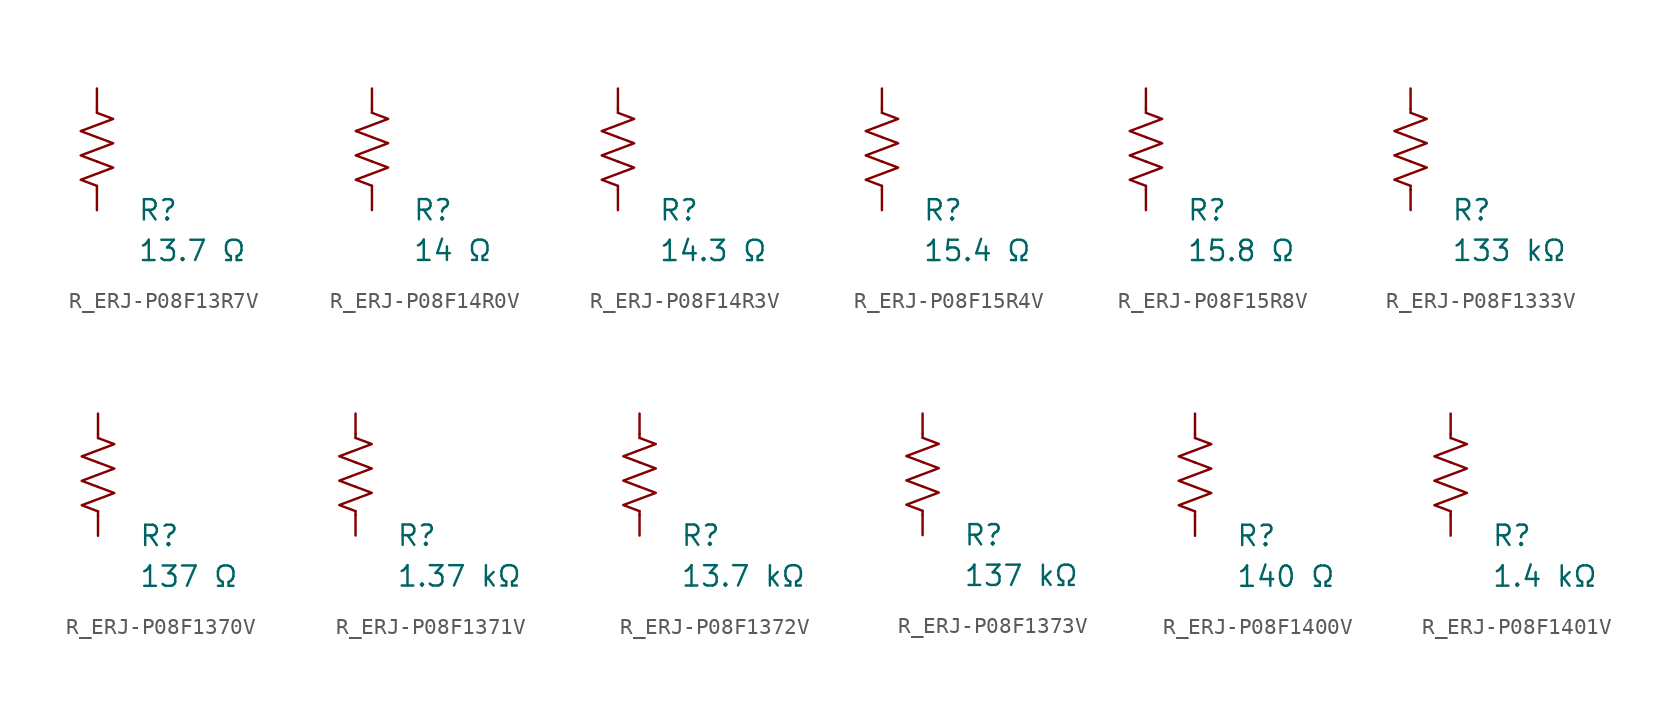
<source format=kicad_sym>
(kicad_symbol_lib
  (version 20231120)
  (generator "kicad_symbol_editor")
  (generator_version "8.0")
  (symbol "R_ERJ-P08F13R7V"
    (pin_numbers hide)
    (pin_names
      (offset 0))
    (property "Reference" "R"
      (at 2.54 -3.81 0)
      (effects (font (size 1.27 1.27)) (justify left))
      (show_name no))
    (property "Value" "13.7 Ω"
      (at 2.54 -6.35 0)
      (effects (font (size 1.27 1.27)) (justify left))
      (show_name no))
    (symbol "R_ERJ-P08F13R7V_0_1"
      (polyline (pts (xy 0 -2.286) (xy 0 -2.54)) (stroke (width 0) (type default)) (fill (type none)))
      (polyline (pts (xy 0 2.286) (xy 0 2.54)) (stroke (width 0) (type default)) (fill (type none)))
      (polyline (pts (xy 0 -0.762) (xy 1.016 -1.143) (xy 0 -1.524) (xy -1.016 -1.905) (xy 0 -2.286)) (stroke (width 0) (type default)) (fill (type none)))
      (polyline (pts (xy 0 0.762) (xy 1.016 0.381) (xy 0 0) (xy -1.016 -0.381) (xy 0 -0.762)) (stroke (width 0) (type default)) (fill (type none)))
      (polyline (pts (xy 0 2.286) (xy 1.016 1.905) (xy 0 1.524) (xy -1.016 1.143) (xy 0 0.762)) (stroke (width 0) (type default)) (fill (type none))))
    (symbol "R_ERJ-P08F13R7V_1_1"
      (pin passive line (at 0 3.81 270) (length 1.27) (name "~" (effects (font (size 1.27 1.27)))) (number "1" (effects (font (size 1.27 1.27)))))
      (pin passive line (at 0 -3.81 90) (length 1.27) (name "~" (effects (font (size 1.27 1.27)))) (number "2" (effects (font (size 1.27 1.27)))))))
  (symbol "R_ERJ-P08F14R0V"
    (pin_numbers hide)
    (pin_names
      (offset 0))
    (property "Reference" "R"
      (at 2.54 -3.81 0)
      (effects (font (size 1.27 1.27)) (justify left))
      (show_name no))
    (property "Value" "14 Ω"
      (at 2.54 -6.35 0)
      (effects (font (size 1.27 1.27)) (justify left))
      (show_name no))
    (symbol "R_ERJ-P08F14R0V_0_1"
      (polyline (pts (xy 0 -2.286) (xy 0 -2.54)) (stroke (width 0) (type default)) (fill (type none)))
      (polyline (pts (xy 0 2.286) (xy 0 2.54)) (stroke (width 0) (type default)) (fill (type none)))
      (polyline (pts (xy 0 -0.762) (xy 1.016 -1.143) (xy 0 -1.524) (xy -1.016 -1.905) (xy 0 -2.286)) (stroke (width 0) (type default)) (fill (type none)))
      (polyline (pts (xy 0 0.762) (xy 1.016 0.381) (xy 0 0) (xy -1.016 -0.381) (xy 0 -0.762)) (stroke (width 0) (type default)) (fill (type none)))
      (polyline (pts (xy 0 2.286) (xy 1.016 1.905) (xy 0 1.524) (xy -1.016 1.143) (xy 0 0.762)) (stroke (width 0) (type default)) (fill (type none))))
    (symbol "R_ERJ-P08F14R0V_1_1"
      (pin passive line (at 0 3.81 270) (length 1.27) (name "~" (effects (font (size 1.27 1.27)))) (number "1" (effects (font (size 1.27 1.27)))))
      (pin passive line (at 0 -3.81 90) (length 1.27) (name "~" (effects (font (size 1.27 1.27)))) (number "2" (effects (font (size 1.27 1.27)))))))
  (symbol "R_ERJ-P08F14R3V"
    (pin_numbers hide)
    (pin_names
      (offset 0))
    (property "Reference" "R"
      (at 2.54 -3.81 0)
      (effects (font (size 1.27 1.27)) (justify left))
      (show_name no))
    (property "Value" "14.3 Ω"
      (at 2.54 -6.35 0)
      (effects (font (size 1.27 1.27)) (justify left))
      (show_name no))
    (symbol "R_ERJ-P08F14R3V_0_1"
      (polyline (pts (xy 0 -2.286) (xy 0 -2.54)) (stroke (width 0) (type default)) (fill (type none)))
      (polyline (pts (xy 0 2.286) (xy 0 2.54)) (stroke (width 0) (type default)) (fill (type none)))
      (polyline (pts (xy 0 -0.762) (xy 1.016 -1.143) (xy 0 -1.524) (xy -1.016 -1.905) (xy 0 -2.286)) (stroke (width 0) (type default)) (fill (type none)))
      (polyline (pts (xy 0 0.762) (xy 1.016 0.381) (xy 0 0) (xy -1.016 -0.381) (xy 0 -0.762)) (stroke (width 0) (type default)) (fill (type none)))
      (polyline (pts (xy 0 2.286) (xy 1.016 1.905) (xy 0 1.524) (xy -1.016 1.143) (xy 0 0.762)) (stroke (width 0) (type default)) (fill (type none))))
    (symbol "R_ERJ-P08F14R3V_1_1"
      (pin passive line (at 0 3.81 270) (length 1.27) (name "~" (effects (font (size 1.27 1.27)))) (number "1" (effects (font (size 1.27 1.27)))))
      (pin passive line (at 0 -3.81 90) (length 1.27) (name "~" (effects (font (size 1.27 1.27)))) (number "2" (effects (font (size 1.27 1.27)))))))
  (symbol "R_ERJ-P08F15R4V"
    (pin_numbers hide)
    (pin_names
      (offset 0))
    (property "Reference" "R"
      (at 2.54 -3.81 0)
      (effects (font (size 1.27 1.27)) (justify left))
      (show_name no))
    (property "Value" "15.4 Ω"
      (at 2.54 -6.35 0)
      (effects (font (size 1.27 1.27)) (justify left))
      (show_name no))
    (symbol "R_ERJ-P08F15R4V_0_1"
      (polyline (pts (xy 0 -2.286) (xy 0 -2.54)) (stroke (width 0) (type default)) (fill (type none)))
      (polyline (pts (xy 0 2.286) (xy 0 2.54)) (stroke (width 0) (type default)) (fill (type none)))
      (polyline (pts (xy 0 -0.762) (xy 1.016 -1.143) (xy 0 -1.524) (xy -1.016 -1.905) (xy 0 -2.286)) (stroke (width 0) (type default)) (fill (type none)))
      (polyline (pts (xy 0 0.762) (xy 1.016 0.381) (xy 0 0) (xy -1.016 -0.381) (xy 0 -0.762)) (stroke (width 0) (type default)) (fill (type none)))
      (polyline (pts (xy 0 2.286) (xy 1.016 1.905) (xy 0 1.524) (xy -1.016 1.143) (xy 0 0.762)) (stroke (width 0) (type default)) (fill (type none))))
    (symbol "R_ERJ-P08F15R4V_1_1"
      (pin passive line (at 0 3.81 270) (length 1.27) (name "~" (effects (font (size 1.27 1.27)))) (number "1" (effects (font (size 1.27 1.27)))))
      (pin passive line (at 0 -3.81 90) (length 1.27) (name "~" (effects (font (size 1.27 1.27)))) (number "2" (effects (font (size 1.27 1.27)))))))
  (symbol "R_ERJ-P08F15R8V"
    (pin_numbers hide)
    (pin_names
      (offset 0))
    (property "Reference" "R"
      (at 2.54 -3.81 0)
      (effects (font (size 1.27 1.27)) (justify left))
      (show_name no))
    (property "Value" "15.8 Ω"
      (at 2.54 -6.35 0)
      (effects (font (size 1.27 1.27)) (justify left))
      (show_name no))
    (symbol "R_ERJ-P08F15R8V_0_1"
      (polyline (pts (xy 0 -2.286) (xy 0 -2.54)) (stroke (width 0) (type default)) (fill (type none)))
      (polyline (pts (xy 0 2.286) (xy 0 2.54)) (stroke (width 0) (type default)) (fill (type none)))
      (polyline (pts (xy 0 -0.762) (xy 1.016 -1.143) (xy 0 -1.524) (xy -1.016 -1.905) (xy 0 -2.286)) (stroke (width 0) (type default)) (fill (type none)))
      (polyline (pts (xy 0 0.762) (xy 1.016 0.381) (xy 0 0) (xy -1.016 -0.381) (xy 0 -0.762)) (stroke (width 0) (type default)) (fill (type none)))
      (polyline (pts (xy 0 2.286) (xy 1.016 1.905) (xy 0 1.524) (xy -1.016 1.143) (xy 0 0.762)) (stroke (width 0) (type default)) (fill (type none))))
    (symbol "R_ERJ-P08F15R8V_1_1"
      (pin passive line (at 0 3.81 270) (length 1.27) (name "~" (effects (font (size 1.27 1.27)))) (number "1" (effects (font (size 1.27 1.27)))))
      (pin passive line (at 0 -3.81 90) (length 1.27) (name "~" (effects (font (size 1.27 1.27)))) (number "2" (effects (font (size 1.27 1.27)))))))
  (symbol "R_ERJ-P08F1333V"
    (pin_numbers hide)
    (pin_names
      (offset 0))
    (property "Reference" "R"
      (at 2.54 -3.81 0)
      (effects (font (size 1.27 1.27)) (justify left))
      (show_name no))
    (property "Value" "133 kΩ"
      (at 2.54 -6.35 0)
      (effects (font (size 1.27 1.27)) (justify left))
      (show_name no))
    (symbol "R_ERJ-P08F1333V_0_1"
      (polyline (pts (xy 0 -2.286) (xy 0 -2.54)) (stroke (width 0) (type default)) (fill (type none)))
      (polyline (pts (xy 0 2.286) (xy 0 2.54)) (stroke (width 0) (type default)) (fill (type none)))
      (polyline (pts (xy 0 -0.762) (xy 1.016 -1.143) (xy 0 -1.524) (xy -1.016 -1.905) (xy 0 -2.286)) (stroke (width 0) (type default)) (fill (type none)))
      (polyline (pts (xy 0 0.762) (xy 1.016 0.381) (xy 0 0) (xy -1.016 -0.381) (xy 0 -0.762)) (stroke (width 0) (type default)) (fill (type none)))
      (polyline (pts (xy 0 2.286) (xy 1.016 1.905) (xy 0 1.524) (xy -1.016 1.143) (xy 0 0.762)) (stroke (width 0) (type default)) (fill (type none))))
    (symbol "R_ERJ-P08F1333V_1_1"
      (pin passive line (at 0 3.81 270) (length 1.27) (name "~" (effects (font (size 1.27 1.27)))) (number "1" (effects (font (size 1.27 1.27)))))
      (pin passive line (at 0 -3.81 90) (length 1.27) (name "~" (effects (font (size 1.27 1.27)))) (number "2" (effects (font (size 1.27 1.27)))))))
  (symbol "R_ERJ-P08F1370V"
    (pin_numbers hide)
    (pin_names
      (offset 0))
    (property "Reference" "R"
      (at 2.54 -3.81 0)
      (effects (font (size 1.27 1.27)) (justify left))
      (show_name no))
    (property "Value" "137 Ω"
      (at 2.54 -6.35 0)
      (effects (font (size 1.27 1.27)) (justify left))
      (show_name no))
    (symbol "R_ERJ-P08F1370V_0_1"
      (polyline (pts (xy 0 -2.286) (xy 0 -2.54)) (stroke (width 0) (type default)) (fill (type none)))
      (polyline (pts (xy 0 2.286) (xy 0 2.54)) (stroke (width 0) (type default)) (fill (type none)))
      (polyline (pts (xy 0 -0.762) (xy 1.016 -1.143) (xy 0 -1.524) (xy -1.016 -1.905) (xy 0 -2.286)) (stroke (width 0) (type default)) (fill (type none)))
      (polyline (pts (xy 0 0.762) (xy 1.016 0.381) (xy 0 0) (xy -1.016 -0.381) (xy 0 -0.762)) (stroke (width 0) (type default)) (fill (type none)))
      (polyline (pts (xy 0 2.286) (xy 1.016 1.905) (xy 0 1.524) (xy -1.016 1.143) (xy 0 0.762)) (stroke (width 0) (type default)) (fill (type none))))
    (symbol "R_ERJ-P08F1370V_1_1"
      (pin passive line (at 0 3.81 270) (length 1.27) (name "~" (effects (font (size 1.27 1.27)))) (number "1" (effects (font (size 1.27 1.27)))))
      (pin passive line (at 0 -3.81 90) (length 1.27) (name "~" (effects (font (size 1.27 1.27)))) (number "2" (effects (font (size 1.27 1.27)))))))
  (symbol "R_ERJ-P08F1371V"
    (pin_numbers hide)
    (pin_names
      (offset 0))
    (property "Reference" "R"
      (at 2.54 -3.81 0)
      (effects (font (size 1.27 1.27)) (justify left))
      (show_name no))
    (property "Value" "1.37 kΩ"
      (at 2.54 -6.35 0)
      (effects (font (size 1.27 1.27)) (justify left))
      (show_name no))
    (symbol "R_ERJ-P08F1371V_0_1"
      (polyline (pts (xy 0 -2.286) (xy 0 -2.54)) (stroke (width 0) (type default)) (fill (type none)))
      (polyline (pts (xy 0 2.286) (xy 0 2.54)) (stroke (width 0) (type default)) (fill (type none)))
      (polyline (pts (xy 0 -0.762) (xy 1.016 -1.143) (xy 0 -1.524) (xy -1.016 -1.905) (xy 0 -2.286)) (stroke (width 0) (type default)) (fill (type none)))
      (polyline (pts (xy 0 0.762) (xy 1.016 0.381) (xy 0 0) (xy -1.016 -0.381) (xy 0 -0.762)) (stroke (width 0) (type default)) (fill (type none)))
      (polyline (pts (xy 0 2.286) (xy 1.016 1.905) (xy 0 1.524) (xy -1.016 1.143) (xy 0 0.762)) (stroke (width 0) (type default)) (fill (type none))))
    (symbol "R_ERJ-P08F1371V_1_1"
      (pin passive line (at 0 3.81 270) (length 1.27) (name "~" (effects (font (size 1.27 1.27)))) (number "1" (effects (font (size 1.27 1.27)))))
      (pin passive line (at 0 -3.81 90) (length 1.27) (name "~" (effects (font (size 1.27 1.27)))) (number "2" (effects (font (size 1.27 1.27)))))))
  (symbol "R_ERJ-P08F1372V"
    (pin_numbers hide)
    (pin_names
      (offset 0))
    (property "Reference" "R"
      (at 2.54 -3.81 0)
      (effects (font (size 1.27 1.27)) (justify left))
      (show_name no))
    (property "Value" "13.7 kΩ"
      (at 2.54 -6.35 0)
      (effects (font (size 1.27 1.27)) (justify left))
      (show_name no))
    (symbol "R_ERJ-P08F1372V_0_1"
      (polyline (pts (xy 0 -2.286) (xy 0 -2.54)) (stroke (width 0) (type default)) (fill (type none)))
      (polyline (pts (xy 0 2.286) (xy 0 2.54)) (stroke (width 0) (type default)) (fill (type none)))
      (polyline (pts (xy 0 -0.762) (xy 1.016 -1.143) (xy 0 -1.524) (xy -1.016 -1.905) (xy 0 -2.286)) (stroke (width 0) (type default)) (fill (type none)))
      (polyline (pts (xy 0 0.762) (xy 1.016 0.381) (xy 0 0) (xy -1.016 -0.381) (xy 0 -0.762)) (stroke (width 0) (type default)) (fill (type none)))
      (polyline (pts (xy 0 2.286) (xy 1.016 1.905) (xy 0 1.524) (xy -1.016 1.143) (xy 0 0.762)) (stroke (width 0) (type default)) (fill (type none))))
    (symbol "R_ERJ-P08F1372V_1_1"
      (pin passive line (at 0 3.81 270) (length 1.27) (name "~" (effects (font (size 1.27 1.27)))) (number "1" (effects (font (size 1.27 1.27)))))
      (pin passive line (at 0 -3.81 90) (length 1.27) (name "~" (effects (font (size 1.27 1.27)))) (number "2" (effects (font (size 1.27 1.27)))))))
  (symbol "R_ERJ-P08F1373V"
    (pin_numbers hide)
    (pin_names
      (offset 0))
    (property "Reference" "R"
      (at 2.54 -3.81 0)
      (effects (font (size 1.27 1.27)) (justify left))
      (show_name no))
    (property "Value" "137 kΩ"
      (at 2.54 -6.35 0)
      (effects (font (size 1.27 1.27)) (justify left))
      (show_name no))
    (symbol "R_ERJ-P08F1373V_0_1"
      (polyline (pts (xy 0 -2.286) (xy 0 -2.54)) (stroke (width 0) (type default)) (fill (type none)))
      (polyline (pts (xy 0 2.286) (xy 0 2.54)) (stroke (width 0) (type default)) (fill (type none)))
      (polyline (pts (xy 0 -0.762) (xy 1.016 -1.143) (xy 0 -1.524) (xy -1.016 -1.905) (xy 0 -2.286)) (stroke (width 0) (type default)) (fill (type none)))
      (polyline (pts (xy 0 0.762) (xy 1.016 0.381) (xy 0 0) (xy -1.016 -0.381) (xy 0 -0.762)) (stroke (width 0) (type default)) (fill (type none)))
      (polyline (pts (xy 0 2.286) (xy 1.016 1.905) (xy 0 1.524) (xy -1.016 1.143) (xy 0 0.762)) (stroke (width 0) (type default)) (fill (type none))))
    (symbol "R_ERJ-P08F1373V_1_1"
      (pin passive line (at 0 3.81 270) (length 1.27) (name "~" (effects (font (size 1.27 1.27)))) (number "1" (effects (font (size 1.27 1.27)))))
      (pin passive line (at 0 -3.81 90) (length 1.27) (name "~" (effects (font (size 1.27 1.27)))) (number "2" (effects (font (size 1.27 1.27)))))))
  (symbol "R_ERJ-P08F1400V"
    (pin_numbers hide)
    (pin_names
      (offset 0))
    (property "Reference" "R"
      (at 2.54 -3.81 0)
      (effects (font (size 1.27 1.27)) (justify left))
      (show_name no))
    (property "Value" "140 Ω"
      (at 2.54 -6.35 0)
      (effects (font (size 1.27 1.27)) (justify left))
      (show_name no))
    (symbol "R_ERJ-P08F1400V_0_1"
      (polyline (pts (xy 0 -2.286) (xy 0 -2.54)) (stroke (width 0) (type default)) (fill (type none)))
      (polyline (pts (xy 0 2.286) (xy 0 2.54)) (stroke (width 0) (type default)) (fill (type none)))
      (polyline (pts (xy 0 -0.762) (xy 1.016 -1.143) (xy 0 -1.524) (xy -1.016 -1.905) (xy 0 -2.286)) (stroke (width 0) (type default)) (fill (type none)))
      (polyline (pts (xy 0 0.762) (xy 1.016 0.381) (xy 0 0) (xy -1.016 -0.381) (xy 0 -0.762)) (stroke (width 0) (type default)) (fill (type none)))
      (polyline (pts (xy 0 2.286) (xy 1.016 1.905) (xy 0 1.524) (xy -1.016 1.143) (xy 0 0.762)) (stroke (width 0) (type default)) (fill (type none))))
    (symbol "R_ERJ-P08F1400V_1_1"
      (pin passive line (at 0 3.81 270) (length 1.27) (name "~" (effects (font (size 1.27 1.27)))) (number "1" (effects (font (size 1.27 1.27)))))
      (pin passive line (at 0 -3.81 90) (length 1.27) (name "~" (effects (font (size 1.27 1.27)))) (number "2" (effects (font (size 1.27 1.27)))))))
  (symbol "R_ERJ-P08F1401V"
    (pin_numbers hide)
    (pin_names
      (offset 0))
    (property "Reference" "R"
      (at 2.54 -3.81 0)
      (effects (font (size 1.27 1.27)) (justify left))
      (show_name no))
    (property "Value" "1.4 kΩ"
      (at 2.54 -6.35 0)
      (effects (font (size 1.27 1.27)) (justify left))
      (show_name no))
    (symbol "R_ERJ-P08F1401V_0_1"
      (polyline (pts (xy 0 -2.286) (xy 0 -2.54)) (stroke (width 0) (type default)) (fill (type none)))
      (polyline (pts (xy 0 2.286) (xy 0 2.54)) (stroke (width 0) (type default)) (fill (type none)))
      (polyline (pts (xy 0 -0.762) (xy 1.016 -1.143) (xy 0 -1.524) (xy -1.016 -1.905) (xy 0 -2.286)) (stroke (width 0) (type default)) (fill (type none)))
      (polyline (pts (xy 0 0.762) (xy 1.016 0.381) (xy 0 0) (xy -1.016 -0.381) (xy 0 -0.762)) (stroke (width 0) (type default)) (fill (type none)))
      (polyline (pts (xy 0 2.286) (xy 1.016 1.905) (xy 0 1.524) (xy -1.016 1.143) (xy 0 0.762)) (stroke (width 0) (type default)) (fill (type none))))
    (symbol "R_ERJ-P08F1401V_1_1"
      (pin passive line (at 0 3.81 270) (length 1.27) (name "~" (effects (font (size 1.27 1.27)))) (number "1" (effects (font (size 1.27 1.27)))))
      (pin passive line (at 0 -3.81 90) (length 1.27) (name "~" (effects (font (size 1.27 1.27)))) (number "2" (effects (font (size 1.27 1.27))))))))
</source>
